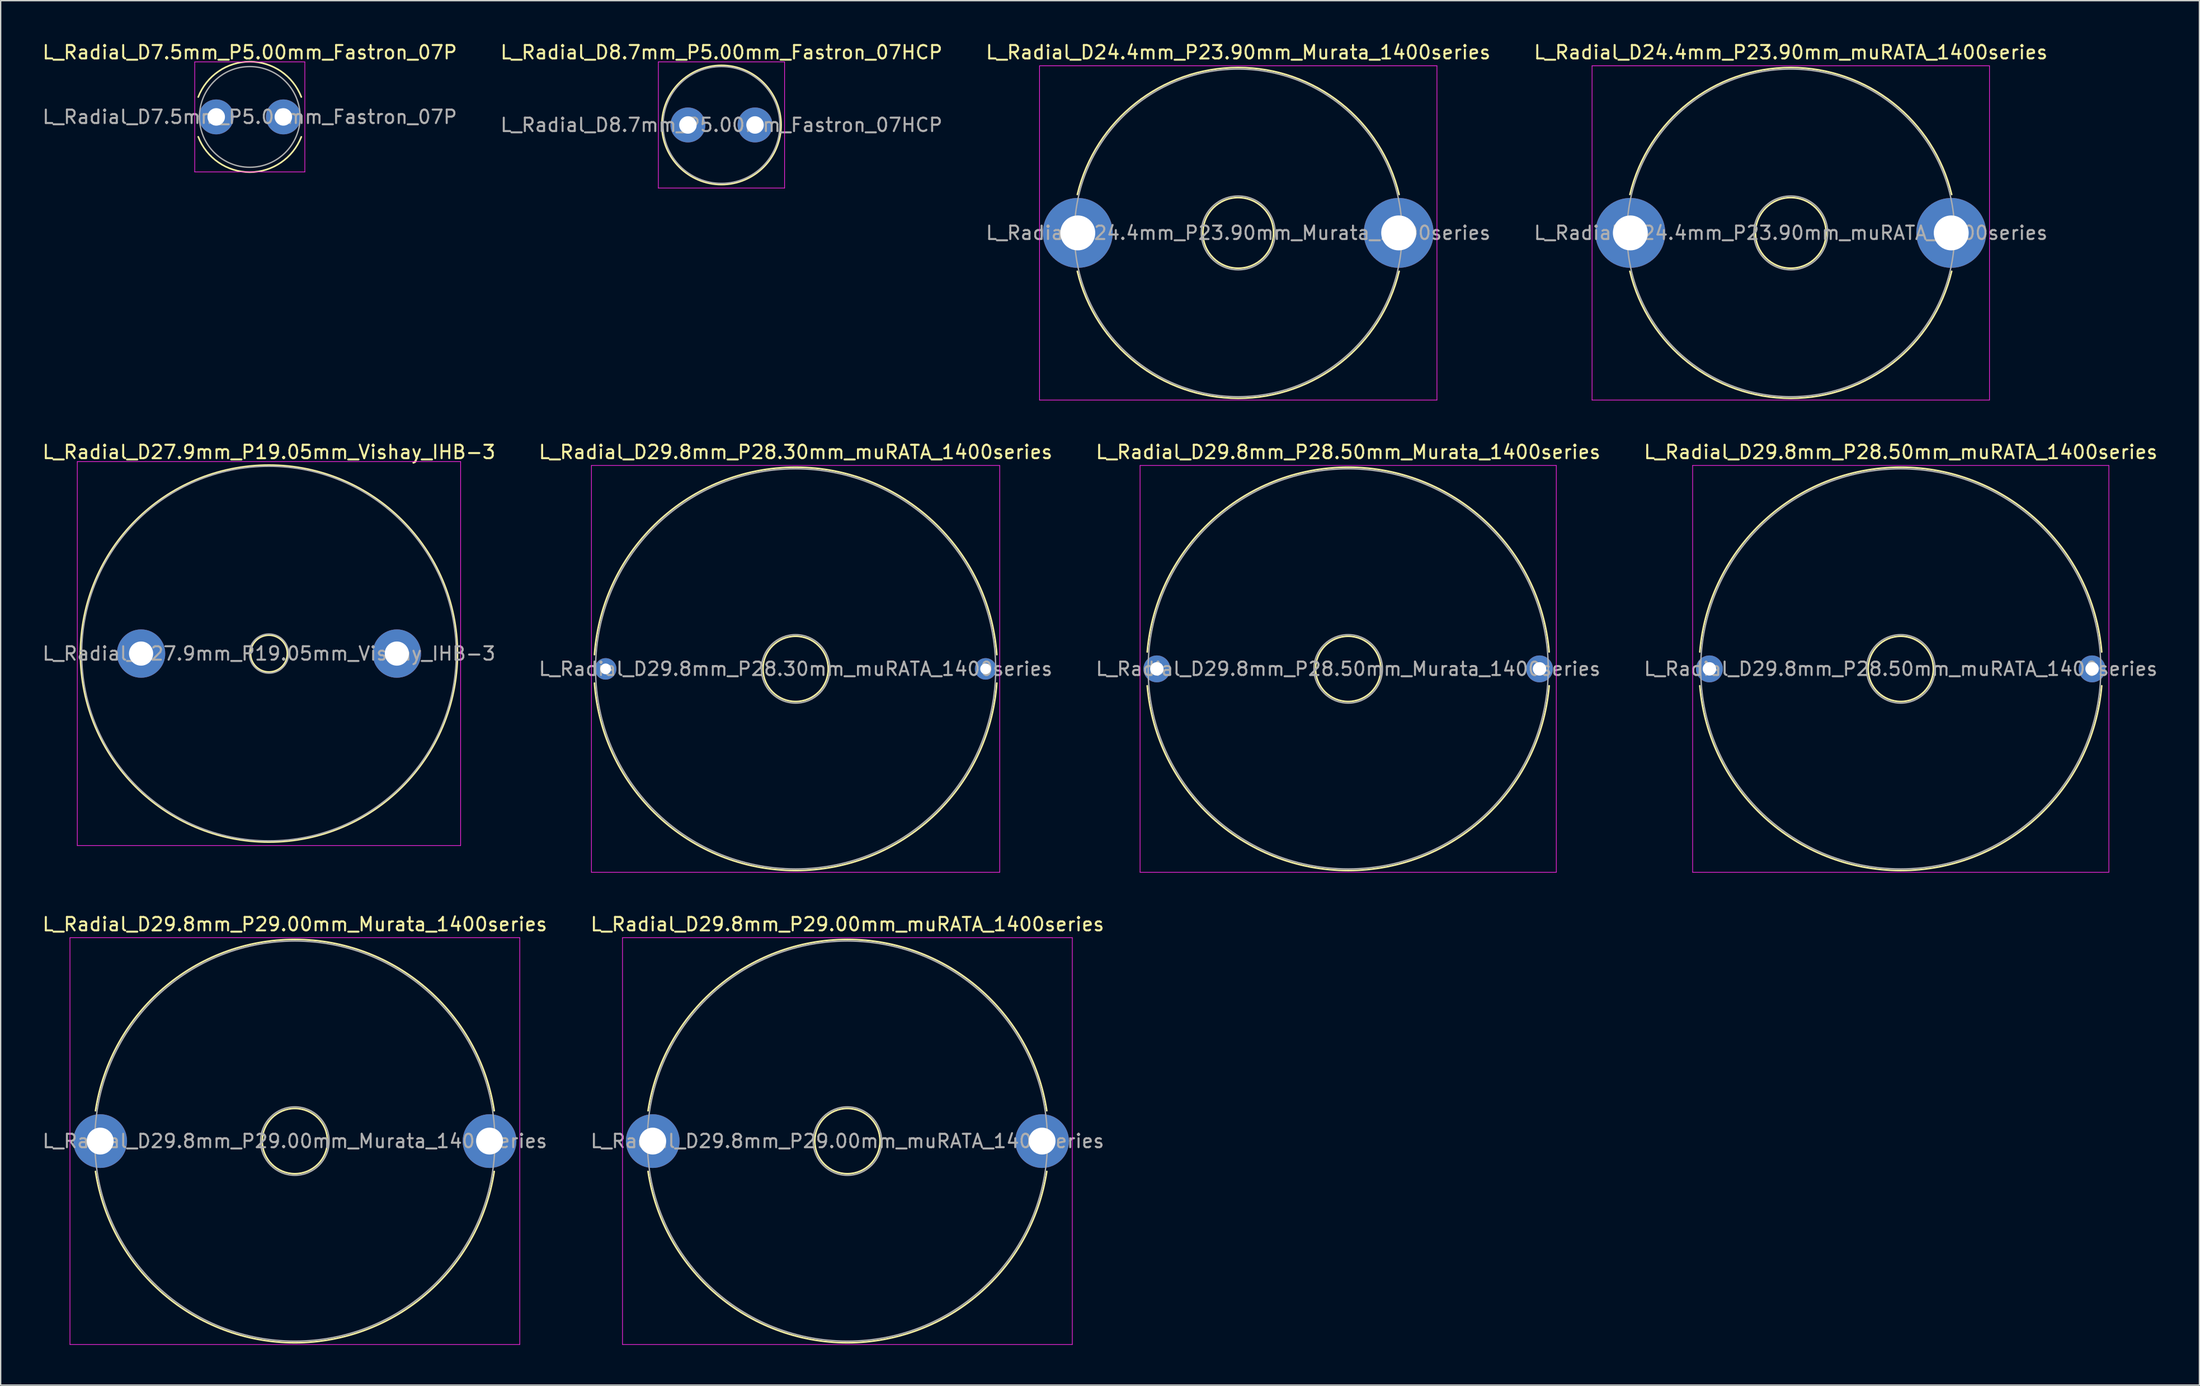
<source format=kicad_pcb>
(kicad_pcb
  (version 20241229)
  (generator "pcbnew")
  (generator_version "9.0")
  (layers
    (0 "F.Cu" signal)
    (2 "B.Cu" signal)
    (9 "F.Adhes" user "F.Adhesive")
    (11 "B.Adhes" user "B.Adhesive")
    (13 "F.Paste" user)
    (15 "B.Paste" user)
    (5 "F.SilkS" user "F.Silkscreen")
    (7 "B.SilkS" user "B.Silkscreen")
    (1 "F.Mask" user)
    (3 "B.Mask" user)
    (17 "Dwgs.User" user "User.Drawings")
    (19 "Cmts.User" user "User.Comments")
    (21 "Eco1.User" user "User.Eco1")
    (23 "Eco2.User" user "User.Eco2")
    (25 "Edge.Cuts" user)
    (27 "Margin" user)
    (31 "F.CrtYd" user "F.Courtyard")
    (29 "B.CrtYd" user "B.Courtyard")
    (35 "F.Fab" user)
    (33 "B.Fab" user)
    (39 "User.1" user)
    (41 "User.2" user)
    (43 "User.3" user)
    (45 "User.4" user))
  (footprint "L_Radial_D7.5mm_P5.00mm_Fastron_07P"
    (layer "F.Cu")
    (at 13.054 5.658)
    (property "Reference" "L_Radial_D7.5mm_P5.00mm_Fastron_07P" (at 2.5 -4.81 0) (layer "F.SilkS") (effects (font (size 1 1) (thickness 0.15))))
    (attr through_hole)
    (fp_arc (start -1.34 -1.48) (mid 2.498384 -4.115337) (end 6.338836 -1.483016) (stroke (width 0.12) (type solid)) (layer "F.SilkS"))
    (fp_arc (start 6.338836 1.483016) (mid 2.498384 4.115337) (end -1.34 1.48) (stroke (width 0.12) (type solid)) (layer "F.SilkS"))
    (fp_line (start -1.6 -4.1) (end -1.6 4.1) (stroke (width 0.05) (type solid)) (layer "F.CrtYd"))
    (fp_line (start -1.6 4.1) (end 6.6 4.1) (stroke (width 0.05) (type solid)) (layer "F.CrtYd"))
    (fp_line (start 6.6 -4.1) (end -1.6 -4.1) (stroke (width 0.05) (type solid)) (layer "F.CrtYd"))
    (fp_line (start 6.6 4.1) (end 6.6 -4.1) (stroke (width 0.05) (type solid)) (layer "F.CrtYd"))
    (fp_circle (center 2.5 0) (end 6.25 0) (stroke (width 0.1) (type solid)) (fill no) (layer "F.Fab"))
    (fp_text user "${REFERENCE}" (at 2.5 0 0) (layer "F.Fab") (effects (font (size 1 1) (thickness 0.15))))
    (pad "1" thru_hole circle (at 0 0) (size 2.6 2.6) (drill 1.3) (layers "*.Cu" "*.Mask"))
    (pad "2" thru_hole circle (at 5 0) (size 2.6 2.6) (drill 1.3) (layers "*.Cu" "*.Mask")))
  (footprint "L_Radial_D29.8mm_P28.50mm_Murata_1400series"
    (layer "F.Cu")
    (at 83.113 46.772)
    (property "Reference" "L_Radial_D29.8mm_P28.50mm_Murata_1400series" (at 14.25 -16.15 0) (layer "F.SilkS") (effects (font (size 1 1) (thickness 0.15))))
    (attr through_hole)
    (fp_arc (start -0.717057 -1.26) (mid 14.25 -15.02) (end 29.217057 -1.26) (stroke (width 0.12) (type solid)) (layer "F.SilkS"))
    (fp_arc (start 29.217057 1.26) (mid 14.25 15.02) (end -0.717057 1.26) (stroke (width 0.12) (type solid)) (layer "F.SilkS"))
    (fp_circle (center 14.25 0) (end 16.68 0) (stroke (width 0.12) (type solid)) (fill no) (layer "F.SilkS"))
    (fp_line (start -1.25 -15.15) (end -1.25 15.15) (stroke (width 0.05) (type solid)) (layer "F.CrtYd"))
    (fp_line (start -1.25 15.15) (end 29.75 15.15) (stroke (width 0.05) (type solid)) (layer "F.CrtYd"))
    (fp_line (start 29.75 -15.15) (end -1.25 -15.15) (stroke (width 0.05) (type solid)) (layer "F.CrtYd"))
    (fp_line (start 29.75 15.15) (end 29.75 -15.15) (stroke (width 0.05) (type solid)) (layer "F.CrtYd"))
    (fp_circle (center 14.25 0) (end 16.8 0) (stroke (width 0.1) (type solid)) (fill no) (layer "F.Fab"))
    (fp_circle (center 14.25 0) (end 29.15 0) (stroke (width 0.1) (type solid)) (fill no) (layer "F.Fab"))
    (fp_text user "${REFERENCE}" (at 14.25 0 0) (layer "F.Fab") (effects (font (size 1 1) (thickness 0.15))))
    (pad "1" thru_hole circle (at 0 0) (size 2 2) (drill 1) (layers "*.Cu" "*.Mask"))
    (pad "2" thru_hole circle (at 28.5 0) (size 2 2) (drill 1) (layers "*.Cu" "*.Mask")))
  (footprint "L_Radial_D8.7mm_P5.00mm_Fastron_07HCP"
    (layer "F.Cu")
    (at 48.185 6.258)
    (property "Reference" "L_Radial_D8.7mm_P5.00mm_Fastron_07HCP" (at 2.5 -5.41 0) (layer "F.SilkS") (effects (font (size 1 1) (thickness 0.15))))
    (attr through_hole)
    (fp_circle (center 2.5 0) (end 6.94 0) (stroke (width 0.12) (type solid)) (fill no) (layer "F.SilkS"))
    (fp_line (start -2.2 -4.7) (end -2.2 4.7) (stroke (width 0.05) (type solid)) (layer "F.CrtYd"))
    (fp_line (start -2.2 4.7) (end 7.2 4.7) (stroke (width 0.05) (type solid)) (layer "F.CrtYd"))
    (fp_line (start 7.2 -4.7) (end -2.2 -4.7) (stroke (width 0.05) (type solid)) (layer "F.CrtYd"))
    (fp_line (start 7.2 4.7) (end 7.2 -4.7) (stroke (width 0.05) (type solid)) (layer "F.CrtYd"))
    (fp_circle (center 2.5 0) (end 6.85 0) (stroke (width 0.1) (type solid)) (fill no) (layer "F.Fab"))
    (fp_text user "${REFERENCE}" (at 2.5 0 0) (layer "F.Fab") (effects (font (size 1 1) (thickness 0.15))))
    (pad "1" thru_hole circle (at 0 0) (size 2.6 2.6) (drill 1.3) (layers "*.Cu" "*.Mask"))
    (pad "2" thru_hole circle (at 5 0) (size 2.6 2.6) (drill 1.3) (layers "*.Cu" "*.Mask")))
  (footprint "L_Radial_D29.8mm_P28.30mm_muRATA_1400series"
    (layer "F.Cu")
    (at 42.058 46.772)
    (property "Reference" "L_Radial_D29.8mm_P28.30mm_muRATA_1400series" (at 14.15 -16.15 0) (layer "F.SilkS") (effects (font (size 1 1) (thickness 0.15))))
    (attr through_hole)
    (fp_arc (start -0.83255 -1.06) (mid 14.15 -15.02) (end 29.13255 -1.06) (stroke (width 0.12) (type solid)) (layer "F.SilkS"))
    (fp_arc (start 29.13255 1.06) (mid 14.15 15.02) (end -0.83255 1.06) (stroke (width 0.12) (type solid)) (layer "F.SilkS"))
    (fp_circle (center 14.15 0) (end 16.58 0) (stroke (width 0.12) (type solid)) (fill no) (layer "F.SilkS"))
    (fp_line (start -1.06 -15.15) (end -1.06 15.15) (stroke (width 0.05) (type solid)) (layer "F.CrtYd"))
    (fp_line (start -1.06 15.15) (end 29.35 15.15) (stroke (width 0.05) (type solid)) (layer "F.CrtYd"))
    (fp_line (start 29.35 -15.15) (end -1.06 -15.15) (stroke (width 0.05) (type solid)) (layer "F.CrtYd"))
    (fp_line (start 29.35 15.15) (end 29.35 -15.15) (stroke (width 0.05) (type solid)) (layer "F.CrtYd"))
    (fp_circle (center 14.15 0) (end 16.7 0) (stroke (width 0.1) (type solid)) (fill no) (layer "F.Fab"))
    (fp_circle (center 14.15 0) (end 29.05 0) (stroke (width 0.1) (type solid)) (fill no) (layer "F.Fab"))
    (fp_text user "${REFERENCE}" (at 14.15 0 0) (layer "F.Fab") (effects (font (size 1 1) (thickness 0.15))))
    (pad "1" thru_hole circle (at 0 0) (size 1.6 1.6) (drill 0.8) (layers "*.Cu" "*.Mask"))
    (pad "2" thru_hole circle (at 28.3 0) (size 1.6 1.6) (drill 0.8) (layers "*.Cu" "*.Mask")))
  (footprint "L_Radial_D29.8mm_P29.00mm_muRATA_1400series"
    (layer "F.Cu")
    (at 45.565 81.945)
    (property "Reference" "L_Radial_D29.8mm_P29.00mm_muRATA_1400series" (at 14.5 -16.15 0) (layer "F.SilkS") (effects (font (size 1 1) (thickness 0.15))))
    (attr through_hole)
    (fp_arc (start -0.349 -2.26) (mid 14.5 -15.02) (end 29.349 -2.26) (stroke (width 0.12) (type solid)) (layer "F.SilkS"))
    (fp_arc (start 29.349 2.26) (mid 14.5 15.02) (end -0.349 2.26) (stroke (width 0.12) (type solid)) (layer "F.SilkS"))
    (fp_circle (center 14.5 0) (end 16.93 0) (stroke (width 0.12) (type solid)) (fill no) (layer "F.SilkS"))
    (fp_line (start -2.25 -15.15) (end -2.25 15.15) (stroke (width 0.05) (type solid)) (layer "F.CrtYd"))
    (fp_line (start -2.25 15.15) (end 31.25 15.15) (stroke (width 0.05) (type solid)) (layer "F.CrtYd"))
    (fp_line (start 31.25 -15.15) (end -2.25 -15.15) (stroke (width 0.05) (type solid)) (layer "F.CrtYd"))
    (fp_line (start 31.25 15.15) (end 31.25 -15.15) (stroke (width 0.05) (type solid)) (layer "F.CrtYd"))
    (fp_circle (center 14.5 0) (end 17.05 0) (stroke (width 0.1) (type solid)) (fill no) (layer "F.Fab"))
    (fp_circle (center 14.5 0) (end 29.4 0) (stroke (width 0.1) (type solid)) (fill no) (layer "F.Fab"))
    (fp_text user "${REFERENCE}" (at 14.5 0 0) (layer "F.Fab") (effects (font (size 1 1) (thickness 0.15))))
    (pad "1" thru_hole circle (at 0 0) (size 4 4) (drill 2) (layers "*.Cu" "*.Mask"))
    (pad "2" thru_hole circle (at 29 0) (size 4 4) (drill 2) (layers "*.Cu" "*.Mask")))
  (footprint "L_Radial_D24.4mm_P23.90mm_Murata_1400series"
    (layer "F.Cu")
    (at 77.223 14.298)
    (property "Reference" "L_Radial_D24.4mm_P23.90mm_Murata_1400series" (at 11.95 -13.45 0) (layer "F.SilkS") (effects (font (size 1 1) (thickness 0.15))))
    (attr through_hole)
    (fp_arc (start -0.033439 -2.86) (mid 11.95 -12.32) (end 23.933439 -2.86) (stroke (width 0.12) (type solid)) (layer "F.SilkS"))
    (fp_arc (start 23.933439 2.86) (mid 11.95 12.32) (end -0.033439 2.86) (stroke (width 0.12) (type solid)) (layer "F.SilkS"))
    (fp_circle (center 11.95 0) (end 14.58 0) (stroke (width 0.12) (type solid)) (fill no) (layer "F.SilkS"))
    (fp_line (start -2.85 -12.45) (end -2.85 12.45) (stroke (width 0.05) (type solid)) (layer "F.CrtYd"))
    (fp_line (start -2.85 12.45) (end 26.75 12.45) (stroke (width 0.05) (type solid)) (layer "F.CrtYd"))
    (fp_line (start 26.75 -12.45) (end -2.85 -12.45) (stroke (width 0.05) (type solid)) (layer "F.CrtYd"))
    (fp_line (start 26.75 12.45) (end 26.75 -12.45) (stroke (width 0.05) (type solid)) (layer "F.CrtYd"))
    (fp_circle (center 11.95 0) (end 14.7 0) (stroke (width 0.1) (type solid)) (fill no) (layer "F.Fab"))
    (fp_circle (center 11.95 0) (end 24.15 0) (stroke (width 0.1) (type solid)) (fill no) (layer "F.Fab"))
    (fp_text user "${REFERENCE}" (at 11.95 0 0) (layer "F.Fab") (effects (font (size 1 1) (thickness 0.15))))
    (pad "1" thru_hole circle (at 0 0) (size 5.2 5.2) (drill 2.6) (layers "*.Cu" "*.Mask"))
    (pad "2" thru_hole circle (at 23.9 0) (size 5.2 5.2) (drill 2.6) (layers "*.Cu" "*.Mask")))
  (footprint "L_Radial_D24.4mm_P23.90mm_muRATA_1400series"
    (layer "F.Cu")
    (at 118.377 14.298)
    (property "Reference" "L_Radial_D24.4mm_P23.90mm_muRATA_1400series" (at 11.95 -13.45 0) (layer "F.SilkS") (effects (font (size 1 1) (thickness 0.15))))
    (attr through_hole)
    (fp_arc (start -0.033439 -2.86) (mid 11.95 -12.32) (end 23.933439 -2.86) (stroke (width 0.12) (type solid)) (layer "F.SilkS"))
    (fp_arc (start 23.933439 2.86) (mid 11.95 12.32) (end -0.033439 2.86) (stroke (width 0.12) (type solid)) (layer "F.SilkS"))
    (fp_circle (center 11.95 0) (end 14.58 0) (stroke (width 0.12) (type solid)) (fill no) (layer "F.SilkS"))
    (fp_line (start -2.85 -12.45) (end -2.85 12.45) (stroke (width 0.05) (type solid)) (layer "F.CrtYd"))
    (fp_line (start -2.85 12.45) (end 26.75 12.45) (stroke (width 0.05) (type solid)) (layer "F.CrtYd"))
    (fp_line (start 26.75 -12.45) (end -2.85 -12.45) (stroke (width 0.05) (type solid)) (layer "F.CrtYd"))
    (fp_line (start 26.75 12.45) (end 26.75 -12.45) (stroke (width 0.05) (type solid)) (layer "F.CrtYd"))
    (fp_circle (center 11.95 0) (end 14.7 0) (stroke (width 0.1) (type solid)) (fill no) (layer "F.Fab"))
    (fp_circle (center 11.95 0) (end 24.15 0) (stroke (width 0.1) (type solid)) (fill no) (layer "F.Fab"))
    (fp_text user "${REFERENCE}" (at 11.95 0 0) (layer "F.Fab") (effects (font (size 1 1) (thickness 0.15))))
    (pad "1" thru_hole circle (at 0 0) (size 5.2 5.2) (drill 2.6) (layers "*.Cu" "*.Mask"))
    (pad "2" thru_hole circle (at 23.9 0) (size 5.2 5.2) (drill 2.6) (layers "*.Cu" "*.Mask")))
  (footprint "L_Radial_D27.9mm_P19.05mm_Vishay_IHB-3"
    (layer "F.Cu")
    (at 7.457 45.632)
    (property "Reference" "L_Radial_D27.9mm_P19.05mm_Vishay_IHB-3" (at 9.525 -15.01 0) (layer "F.SilkS") (effects (font (size 1 1) (thickness 0.15))))
    (attr through_hole)
    (fp_circle (center 9.525 0) (end 10.895 0) (stroke (width 0.12) (type solid)) (fill no) (layer "F.SilkS"))
    (fp_circle (center 9.525 0) (end 23.565 0) (stroke (width 0.12) (type solid)) (fill no) (layer "F.SilkS"))
    (fp_line (start -4.75 -14.3) (end -4.75 14.3) (stroke (width 0.05) (type solid)) (layer "F.CrtYd"))
    (fp_line (start -4.75 14.3) (end 23.8 14.3) (stroke (width 0.05) (type solid)) (layer "F.CrtYd"))
    (fp_line (start 23.8 -14.3) (end -4.75 -14.3) (stroke (width 0.05) (type solid)) (layer "F.CrtYd"))
    (fp_line (start 23.8 14.3) (end 23.8 -14.3) (stroke (width 0.05) (type solid)) (layer "F.CrtYd"))
    (fp_circle (center 9.525 0) (end 10.985 0) (stroke (width 0.1) (type solid)) (fill no) (layer "F.Fab"))
    (fp_circle (center 9.525 0) (end 23.475 0) (stroke (width 0.1) (type solid)) (fill no) (layer "F.Fab"))
    (fp_text user "${REFERENCE}" (at 9.525 0 0) (layer "F.Fab") (effects (font (size 1 1) (thickness 0.15))))
    (pad "1" thru_hole circle (at 0 0) (size 3.6 3.6) (drill 1.8) (layers "*.Cu" "*.Mask"))
    (pad "2" thru_hole circle (at 19.05 0) (size 3.6 3.6) (drill 1.8) (layers "*.Cu" "*.Mask")))
  (footprint "L_Radial_D29.8mm_P28.50mm_muRATA_1400series"
    (layer "F.Cu")
    (at 124.268 46.772)
    (property "Reference" "L_Radial_D29.8mm_P28.50mm_muRATA_1400series" (at 14.25 -16.15 0) (layer "F.SilkS") (effects (font (size 1 1) (thickness 0.15))))
    (attr through_hole)
    (fp_arc (start -0.717057 -1.26) (mid 14.25 -15.02) (end 29.217057 -1.26) (stroke (width 0.12) (type solid)) (layer "F.SilkS"))
    (fp_arc (start 29.217057 1.26) (mid 14.25 15.02) (end -0.717057 1.26) (stroke (width 0.12) (type solid)) (layer "F.SilkS"))
    (fp_circle (center 14.25 0) (end 16.68 0) (stroke (width 0.12) (type solid)) (fill no) (layer "F.SilkS"))
    (fp_line (start -1.25 -15.15) (end -1.25 15.15) (stroke (width 0.05) (type solid)) (layer "F.CrtYd"))
    (fp_line (start -1.25 15.15) (end 29.75 15.15) (stroke (width 0.05) (type solid)) (layer "F.CrtYd"))
    (fp_line (start 29.75 -15.15) (end -1.25 -15.15) (stroke (width 0.05) (type solid)) (layer "F.CrtYd"))
    (fp_line (start 29.75 15.15) (end 29.75 -15.15) (stroke (width 0.05) (type solid)) (layer "F.CrtYd"))
    (fp_circle (center 14.25 0) (end 16.8 0) (stroke (width 0.1) (type solid)) (fill no) (layer "F.Fab"))
    (fp_circle (center 14.25 0) (end 29.15 0) (stroke (width 0.1) (type solid)) (fill no) (layer "F.Fab"))
    (fp_text user "${REFERENCE}" (at 14.25 0 0) (layer "F.Fab") (effects (font (size 1 1) (thickness 0.15))))
    (pad "1" thru_hole circle (at 0 0) (size 2 2) (drill 1) (layers "*.Cu" "*.Mask"))
    (pad "2" thru_hole circle (at 28.5 0) (size 2 2) (drill 1) (layers "*.Cu" "*.Mask")))
  (footprint "L_Radial_D29.8mm_P29.00mm_Murata_1400series"
    (layer "F.Cu")
    (at 4.411 81.945)
    (property "Reference" "L_Radial_D29.8mm_P29.00mm_Murata_1400series" (at 14.5 -16.15 0) (layer "F.SilkS") (effects (font (size 1 1) (thickness 0.15))))
    (attr through_hole)
    (fp_arc (start -0.349 -2.26) (mid 14.5 -15.02) (end 29.349 -2.26) (stroke (width 0.12) (type solid)) (layer "F.SilkS"))
    (fp_arc (start 29.349 2.26) (mid 14.5 15.02) (end -0.349 2.26) (stroke (width 0.12) (type solid)) (layer "F.SilkS"))
    (fp_circle (center 14.5 0) (end 16.93 0) (stroke (width 0.12) (type solid)) (fill no) (layer "F.SilkS"))
    (fp_line (start -2.25 -15.15) (end -2.25 15.15) (stroke (width 0.05) (type solid)) (layer "F.CrtYd"))
    (fp_line (start -2.25 15.15) (end 31.25 15.15) (stroke (width 0.05) (type solid)) (layer "F.CrtYd"))
    (fp_line (start 31.25 -15.15) (end -2.25 -15.15) (stroke (width 0.05) (type solid)) (layer "F.CrtYd"))
    (fp_line (start 31.25 15.15) (end 31.25 -15.15) (stroke (width 0.05) (type solid)) (layer "F.CrtYd"))
    (fp_circle (center 14.5 0) (end 17.05 0) (stroke (width 0.1) (type solid)) (fill no) (layer "F.Fab"))
    (fp_circle (center 14.5 0) (end 29.4 0) (stroke (width 0.1) (type solid)) (fill no) (layer "F.Fab"))
    (fp_text user "${REFERENCE}" (at 14.5 0 0) (layer "F.Fab") (effects (font (size 1 1) (thickness 0.15))))
    (pad "1" thru_hole circle (at 0 0) (size 4 4) (drill 2) (layers "*.Cu" "*.Mask"))
    (pad "2" thru_hole circle (at 29 0) (size 4 4) (drill 2) (layers "*.Cu" "*.Mask")))
  (gr_rect
    (start -3 -3)
    (end 160.762 100.12)
    (stroke (width 0.1) (type default))
    (fill no)
    (layer "Edge.Cuts")))
</source>
